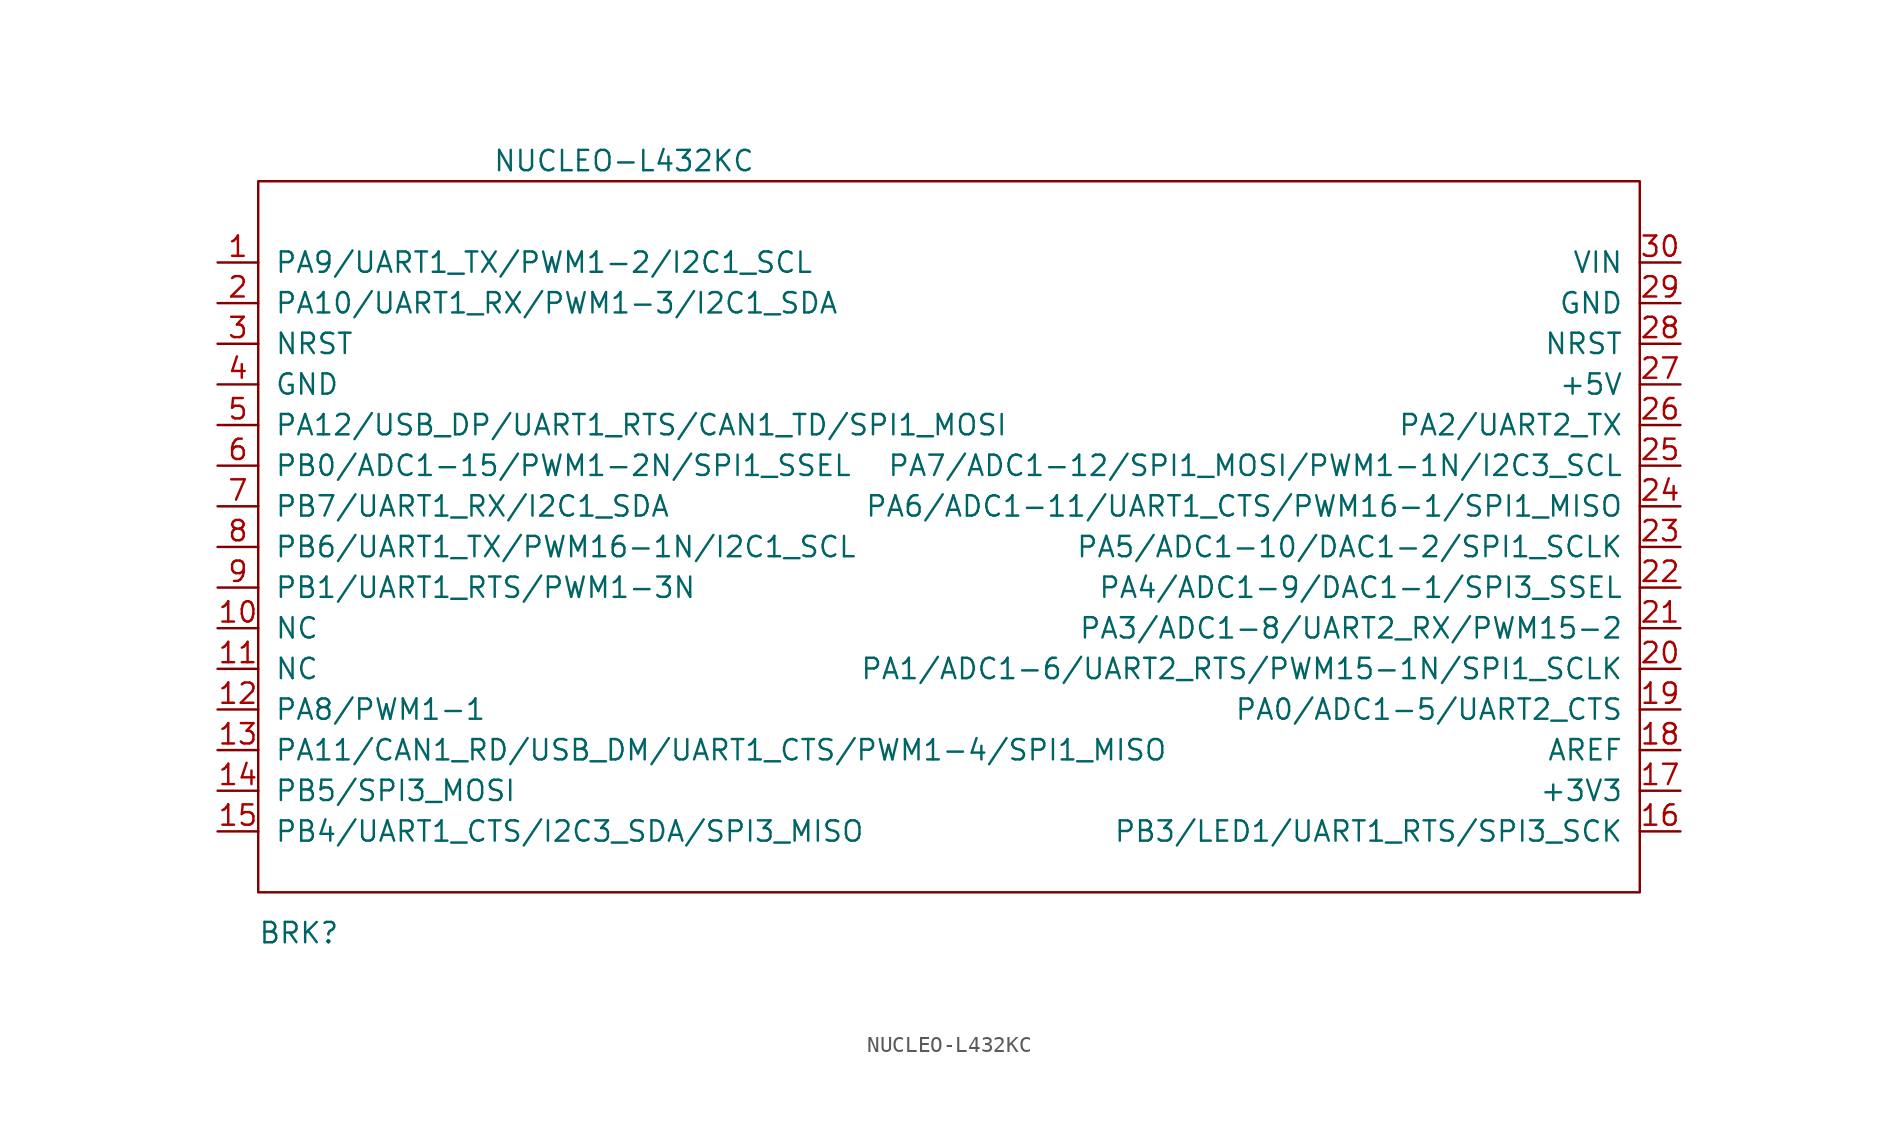
<source format=kicad_sym>
(kicad_symbol_lib
  (version 20231120)
  (generator "kicad_symbol_editor")
  (generator_version "8.0")
  (symbol "NUCLEO-L432KC"
    (pin_names
      (offset 1.016))
    (property "Reference" "BRK"
      (at 2.54 -46.99 0)
      (effects (font (size 1.27 1.27))))
    (property "Value" "NUCLEO-L432KC"
      (at 22.86 1.27 0)
      (effects (font (size 1.27 1.27))))
    (symbol "NUCLEO-L432KC_0_1"
      (rectangle (start 0 0) (end 86.36 -44.45) (stroke (width 0) (type solid)) (fill (type none))))
    (symbol "NUCLEO-L432KC_1_1"
      (pin bidirectional line (at -2.54 -5.08 0) (length 2.54) (name "PA9/UART1_TX/PWM1-2/I2C1_SCL" (effects (font (size 1.27 1.27)))) (number "1" (effects (font (size 1.27 1.27)))))
      (pin bidirectional line (at -2.54 -27.94 0) (length 2.54) (name "NC" (effects (font (size 1.27 1.27)))) (number "10" (effects (font (size 1.27 1.27)))))
      (pin bidirectional line (at -2.54 -30.48 0) (length 2.54) (name "NC" (effects (font (size 1.27 1.27)))) (number "11" (effects (font (size 1.27 1.27)))))
      (pin bidirectional line (at -2.54 -33.02 0) (length 2.54) (name "PA8/PWM1-1" (effects (font (size 1.27 1.27)))) (number "12" (effects (font (size 1.27 1.27)))))
      (pin bidirectional line (at -2.54 -35.56 0) (length 2.54) (name "PA11/CAN1_RD/USB_DM/UART1_CTS/PWM1-4/SPI1_MISO" (effects (font (size 1.27 1.27)))) (number "13" (effects (font (size 1.27 1.27)))))
      (pin bidirectional line (at -2.54 -38.1 0) (length 2.54) (name "PB5/SPI3_MOSI" (effects (font (size 1.27 1.27)))) (number "14" (effects (font (size 1.27 1.27)))))
      (pin bidirectional line (at -2.54 -40.64 0) (length 2.54) (name "PB4/UART1_CTS/I2C3_SDA/SPI3_MISO" (effects (font (size 1.27 1.27)))) (number "15" (effects (font (size 1.27 1.27)))))
      (pin bidirectional line (at 88.9 -40.64 180) (length 2.54) (name "PB3/LED1/UART1_RTS/SPI3_SCK" (effects (font (size 1.27 1.27)))) (number "16" (effects (font (size 1.27 1.27)))))
      (pin power_in line (at 88.9 -38.1 180) (length 2.54) (name "+3V3" (effects (font (size 1.27 1.27)))) (number "17" (effects (font (size 1.27 1.27)))))
      (pin power_in line (at 88.9 -35.56 180) (length 2.54) (name "AREF" (effects (font (size 1.27 1.27)))) (number "18" (effects (font (size 1.27 1.27)))))
      (pin bidirectional line (at 88.9 -33.02 180) (length 2.54) (name "PA0/ADC1-5/UART2_CTS" (effects (font (size 1.27 1.27)))) (number "19" (effects (font (size 1.27 1.27)))))
      (pin bidirectional line (at -2.54 -7.62 0) (length 2.54) (name "PA10/UART1_RX/PWM1-3/I2C1_SDA" (effects (font (size 1.27 1.27)))) (number "2" (effects (font (size 1.27 1.27)))))
      (pin bidirectional line (at 88.9 -30.48 180) (length 2.54) (name "PA1/ADC1-6/UART2_RTS/PWM15-1N/SPI1_SCLK" (effects (font (size 1.27 1.27)))) (number "20" (effects (font (size 1.27 1.27)))))
      (pin bidirectional line (at 88.9 -27.94 180) (length 2.54) (name "PA3/ADC1-8/UART2_RX/PWM15-2" (effects (font (size 1.27 1.27)))) (number "21" (effects (font (size 1.27 1.27)))))
      (pin bidirectional line (at 88.9 -25.4 180) (length 2.54) (name "PA4/ADC1-9/DAC1-1/SPI3_SSEL" (effects (font (size 1.27 1.27)))) (number "22" (effects (font (size 1.27 1.27)))))
      (pin bidirectional line (at 88.9 -22.86 180) (length 2.54) (name "PA5/ADC1-10/DAC1-2/SPI1_SCLK" (effects (font (size 1.27 1.27)))) (number "23" (effects (font (size 1.27 1.27)))))
      (pin bidirectional line (at 88.9 -20.32 180) (length 2.54) (name "PA6/ADC1-11/UART1_CTS/PWM16-1/SPI1_MISO" (effects (font (size 1.27 1.27)))) (number "24" (effects (font (size 1.27 1.27)))))
      (pin bidirectional line (at 88.9 -17.78 180) (length 2.54) (name "PA7/ADC1-12/SPI1_MOSI/PWM1-1N/I2C3_SCL" (effects (font (size 1.27 1.27)))) (number "25" (effects (font (size 1.27 1.27)))))
      (pin bidirectional line (at 88.9 -15.24 180) (length 2.54) (name "PA2/UART2_TX" (effects (font (size 1.27 1.27)))) (number "26" (effects (font (size 1.27 1.27)))))
      (pin power_in line (at 88.9 -12.7 180) (length 2.54) (name "+5V" (effects (font (size 1.27 1.27)))) (number "27" (effects (font (size 1.27 1.27)))))
      (pin power_in line (at 88.9 -10.16 180) (length 2.54) (name "NRST" (effects (font (size 1.27 1.27)))) (number "28" (effects (font (size 1.27 1.27)))))
      (pin power_in line (at 88.9 -7.62 180) (length 2.54) (name "GND" (effects (font (size 1.27 1.27)))) (number "29" (effects (font (size 1.27 1.27)))))
      (pin bidirectional line (at -2.54 -10.16 0) (length 2.54) (name "NRST" (effects (font (size 1.27 1.27)))) (number "3" (effects (font (size 1.27 1.27)))))
      (pin power_in line (at 88.9 -5.08 180) (length 2.54) (name "VIN" (effects (font (size 1.27 1.27)))) (number "30" (effects (font (size 1.27 1.27)))))
      (pin power_in line (at -2.54 -12.7 0) (length 2.54) (name "GND" (effects (font (size 1.27 1.27)))) (number "4" (effects (font (size 1.27 1.27)))))
      (pin bidirectional line (at -2.54 -15.24 0) (length 2.54) (name "PA12/USB_DP/UART1_RTS/CAN1_TD/SPI1_MOSI" (effects (font (size 1.27 1.27)))) (number "5" (effects (font (size 1.27 1.27)))))
      (pin bidirectional line (at -2.54 -17.78 0) (length 2.54) (name "PB0/ADC1-15/PWM1-2N/SPI1_SSEL" (effects (font (size 1.27 1.27)))) (number "6" (effects (font (size 1.27 1.27)))))
      (pin bidirectional line (at -2.54 -20.32 0) (length 2.54) (name "PB7/UART1_RX/I2C1_SDA" (effects (font (size 1.27 1.27)))) (number "7" (effects (font (size 1.27 1.27)))))
      (pin bidirectional line (at -2.54 -22.86 0) (length 2.54) (name "PB6/UART1_TX/PWM16-1N/I2C1_SCL" (effects (font (size 1.27 1.27)))) (number "8" (effects (font (size 1.27 1.27)))))
      (pin bidirectional line (at -2.54 -25.4 0) (length 2.54) (name "PB1/UART1_RTS/PWM1-3N" (effects (font (size 1.27 1.27)))) (number "9" (effects (font (size 1.27 1.27))))))))
</source>
